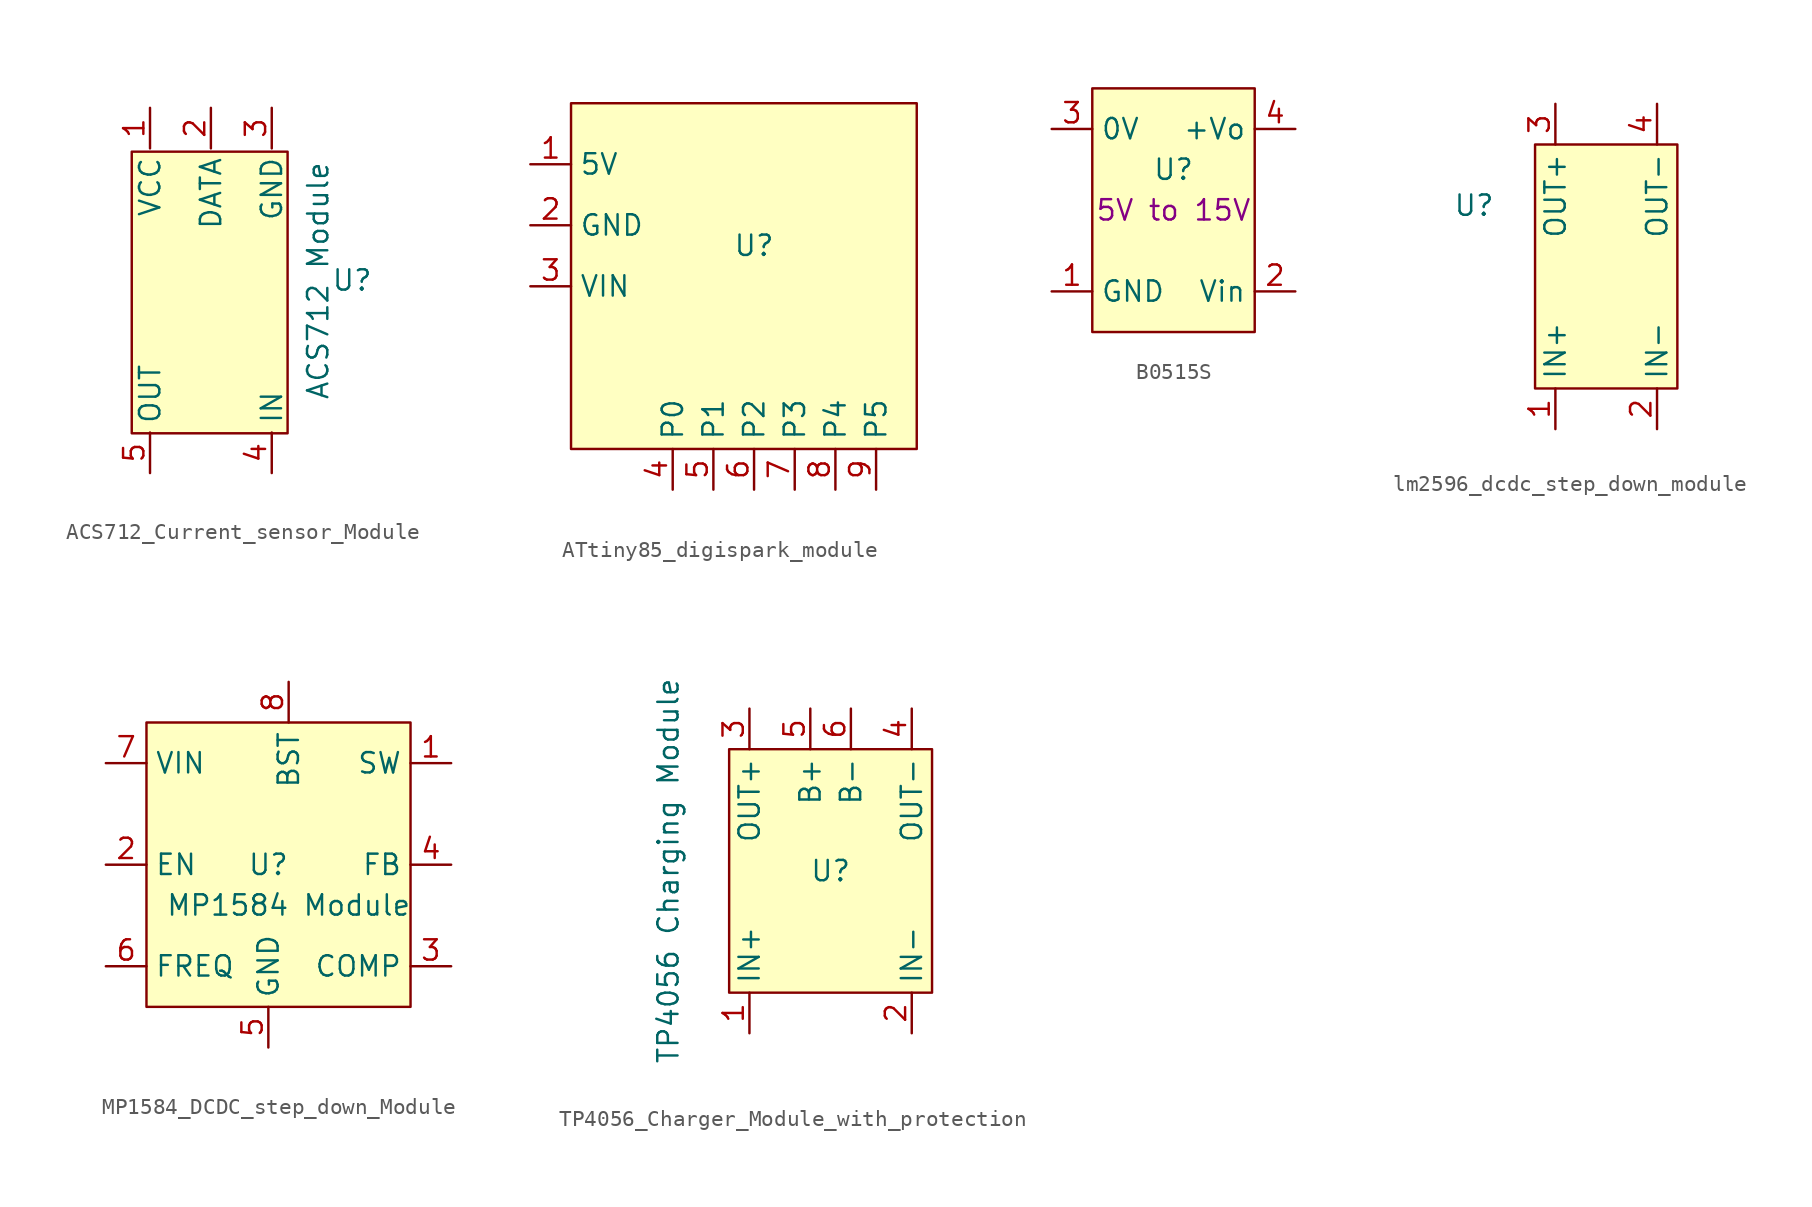
<source format=kicad_sym>
(kicad_symbol_lib
  (version 20220914)
  (generator kicad_symbol_editor)
  (symbol "ACS712_Current_sensor_Module"
    (property "Reference" "U"
      (at 35.509 12.065 0)
      (effects (font (size 1.27 1.27))))
    (property "Value" "ACS712 Module"
      (at 33.376 12.04 90)
      (effects (font (size 1.27 1.27))))
    (symbol "ACS712_Current_sensor_Module_0_0"
      (pin bidirectional line (at 26.67 22.86 270) (length 2.54) (name "DATA" (effects (font (size 1.27 1.27)))) (number "2" (effects (font (size 1.27 1.27)))))
      (pin bidirectional line (at 30.48 22.86 270) (length 2.54) (name "GND" (effects (font (size 1.27 1.27)))) (number "3" (effects (font (size 1.27 1.27)))))
      (pin bidirectional line (at 30.48 0 90) (length 2.54) (name "IN" (effects (font (size 1.27 1.27)))) (number "4" (effects (font (size 1.27 1.27)))))
      (pin bidirectional line (at 22.86 0 90) (length 2.54) (name "OUT" (effects (font (size 1.27 1.27)))) (number "5" (effects (font (size 1.27 1.27))))))
    (symbol "ACS712_Current_sensor_Module_1_0"
      (pin bidirectional line (at 22.86 22.86 270) (length 2.54) (name "VCC" (effects (font (size 1.27 1.27)))) (number "1" (effects (font (size 1.27 1.27))))))
    (symbol "ACS712_Current_sensor_Module_1_1"
      (rectangle (start 21.717 20.117) (end 31.471 2.489) (stroke (width 0) (type default)) (fill (type background)))))
  (symbol "ATtiny85_digispark_module"
    (property "Reference" "U"
      (at -2.54 5.08 0)
      (effects (font (size 1.27 1.27))))
    (property "Value" ""
      (at -7.62 6.35 0)
      (effects (font (size 1.27 1.27))))
    (symbol "ATtiny85_digispark_module_0_0"
      (pin unspecified line (at -16.51 10.16 0) (length 2.54) (name "5V" (effects (font (size 1.27 1.27)))) (number "1" (effects (font (size 1.27 1.27)))))
      (pin unspecified line (at -16.51 6.35 0) (length 2.54) (name "GND" (effects (font (size 1.27 1.27)))) (number "2" (effects (font (size 1.27 1.27)))))
      (pin unspecified line (at -16.51 2.54 0) (length 2.54) (name "VIN" (effects (font (size 1.27 1.27)))) (number "3" (effects (font (size 1.27 1.27)))))
      (pin unspecified line (at -7.62 -10.16 90) (length 2.54) (name "P0" (effects (font (size 1.27 1.27)))) (number "4" (effects (font (size 1.27 1.27)))))
      (pin unspecified line (at -5.08 -10.16 90) (length 2.54) (name "P1" (effects (font (size 1.27 1.27)))) (number "5" (effects (font (size 1.27 1.27)))))
      (pin unspecified line (at -2.54 -10.16 90) (length 2.54) (name "P2" (effects (font (size 1.27 1.27)))) (number "6" (effects (font (size 1.27 1.27)))))
      (pin unspecified line (at 0 -10.16 90) (length 2.54) (name "P3" (effects (font (size 1.27 1.27)))) (number "7" (effects (font (size 1.27 1.27)))))
      (pin unspecified line (at 2.54 -10.16 90) (length 2.54) (name "P4" (effects (font (size 1.27 1.27)))) (number "8" (effects (font (size 1.27 1.27)))))
      (pin unspecified line (at 5.08 -10.16 90) (length 2.54) (name "P5" (effects (font (size 1.27 1.27)))) (number "9" (effects (font (size 1.27 1.27))))))
    (symbol "ATtiny85_digispark_module_1_1"
      (rectangle (start -13.97 13.97) (end 7.62 -7.62) (stroke (width 0) (type default)) (fill (type background)))))
  (symbol "B0515S"
    (property "Reference" "U"
      (at 6.35 5.08 0)
      (effects (font (size 1.27 1.27))))
    (property "Value" ""
      (at 0 0 0)
      (effects (font (size 1.27 1.27))))
    (property "Name" "5V to 15V"
      (at 6.35 2.54 0)
      (effects (font (size 1.27 1.27))))
    (symbol "B0515S_0_0"
      (pin unspecified line (at -1.27 -2.54 0) (length 2.54) (name "GND" (effects (font (size 1.27 1.27)))) (number "1" (effects (font (size 1.27 1.27)))))
      (pin unspecified line (at 13.97 -2.54 180) (length 2.54) (name "Vin" (effects (font (size 1.27 1.27)))) (number "2" (effects (font (size 1.27 1.27)))))
      (pin unspecified line (at -1.27 7.62 0) (length 2.54) (name "0V" (effects (font (size 1.27 1.27)))) (number "3" (effects (font (size 1.27 1.27))))))
    (symbol "B0515S_1_0"
      (pin unspecified line (at 13.97 7.62 180) (length 2.54) (name "+Vo" (effects (font (size 1.27 1.27)))) (number "4" (effects (font (size 1.27 1.27))))))
    (symbol "B0515S_1_1"
      (rectangle (start 1.27 10.16) (end 11.43 -5.08) (stroke (width 0) (type default)) (fill (type background)))))
  (symbol "lm2596_dcdc_step_down_module"
    (property "Reference" "U"
      (at 0 0 0)
      (effects (font (size 1.27 1.27))))
    (property "Value" ""
      (at 0 0 0)
      (effects (font (size 1.27 1.27))))
    (symbol "lm2596_dcdc_step_down_module_0_0"
      (pin input line (at 5.08 -13.97 90) (length 2.54) (name "IN+" (effects (font (size 1.27 1.27)))) (number "1" (effects (font (size 1.27 1.27)))))
      (pin input line (at 11.43 -13.97 90) (length 2.54) (name "IN-" (effects (font (size 1.27 1.27)))) (number "2" (effects (font (size 1.27 1.27)))))
      (pin output line (at 5.08 6.35 270) (length 2.54) (name "OUT+" (effects (font (size 1.27 1.27)))) (number "3" (effects (font (size 1.27 1.27)))))
      (pin input line (at 11.43 6.35 270) (length 2.54) (name "OUT-" (effects (font (size 1.27 1.27)))) (number "4" (effects (font (size 1.27 1.27))))))
    (symbol "lm2596_dcdc_step_down_module_1_1"
      (rectangle (start 3.81 3.81) (end 12.7 -11.43) (stroke (width 0) (type default)) (fill (type background)))))
  (symbol "MP1584_DCDC_step_down_Module"
    (property "Reference" "U"
      (at 10.16 -2.54 0)
      (effects (font (size 1.27 1.27))))
    (property "Value" "MP1584 Module"
      (at 11.43 -5.08 0)
      (effects (font (size 1.27 1.27))))
    (symbol "MP1584_DCDC_step_down_Module_0_0"
      (pin unspecified line (at 21.59 3.81 180) (length 2.54) (name "SW" (effects (font (size 1.27 1.27)))) (number "1" (effects (font (size 1.27 1.27)))))
      (pin unspecified line (at 0 -2.54 0) (length 2.54) (name "EN" (effects (font (size 1.27 1.27)))) (number "2" (effects (font (size 1.27 1.27)))))
      (pin unspecified line (at 21.59 -8.89 180) (length 2.54) (name "COMP" (effects (font (size 1.27 1.27)))) (number "3" (effects (font (size 1.27 1.27)))))
      (pin unspecified line (at 21.59 -2.54 180) (length 2.54) (name "FB" (effects (font (size 1.27 1.27)))) (number "4" (effects (font (size 1.27 1.27)))))
      (pin unspecified line (at 10.16 -13.97 90) (length 2.54) (name "GND" (effects (font (size 1.27 1.27)))) (number "5" (effects (font (size 1.27 1.27)))))
      (pin unspecified line (at 0 -8.89 0) (length 2.54) (name "FREQ" (effects (font (size 1.27 1.27)))) (number "6" (effects (font (size 1.27 1.27)))))
      (pin unspecified line (at 0 3.81 0) (length 2.54) (name "VIN" (effects (font (size 1.27 1.27)))) (number "7" (effects (font (size 1.27 1.27)))))
      (pin unspecified line (at 11.43 8.89 270) (length 2.54) (name "BST" (effects (font (size 1.27 1.27)))) (number "8" (effects (font (size 1.27 1.27))))))
    (symbol "MP1584_DCDC_step_down_Module_1_1"
      (rectangle (start 2.54 6.35) (end 19.05 -11.43) (stroke (width 0) (type default)) (fill (type background)))))
  (symbol "TP4056_Charger_Module_with_protection"
    (property "Reference" "U"
      (at 13.97 1.27 0)
      (effects (font (size 1.27 1.27))))
    (property "Value" " TP4056 Charging Module"
      (at 3.81 1.27 90)
      (effects (font (size 1.27 1.27))))
    (symbol "TP4056_Charger_Module_with_protection_0_0"
      (pin input line (at 8.89 -8.89 90) (length 2.54) (name "IN+" (effects (font (size 1.27 1.27)))) (number "1" (effects (font (size 1.27 1.27)))))
      (pin input line (at 19.05 -8.89 90) (length 2.54) (name "IN-" (effects (font (size 1.27 1.27)))) (number "2" (effects (font (size 1.27 1.27)))))
      (pin output line (at 8.89 11.43 270) (length 2.54) (name "OUT+" (effects (font (size 1.27 1.27)))) (number "3" (effects (font (size 1.27 1.27)))))
      (pin output line (at 19.05 11.43 270) (length 2.54) (name "OUT-" (effects (font (size 1.27 1.27)))) (number "4" (effects (font (size 1.27 1.27)))))
      (pin bidirectional line (at 12.7 11.43 270) (length 2.54) (name "B+" (effects (font (size 1.27 1.27)))) (number "5" (effects (font (size 1.27 1.27)))))
      (pin bidirectional line (at 15.24 11.43 270) (length 2.54) (name "B-" (effects (font (size 1.27 1.27)))) (number "6" (effects (font (size 1.27 1.27))))))
    (symbol "TP4056_Charger_Module_with_protection_1_1"
      (rectangle (start 7.62 8.89) (end 20.32 -6.35) (stroke (width 0) (type default)) (fill (type background))))))
</source>
